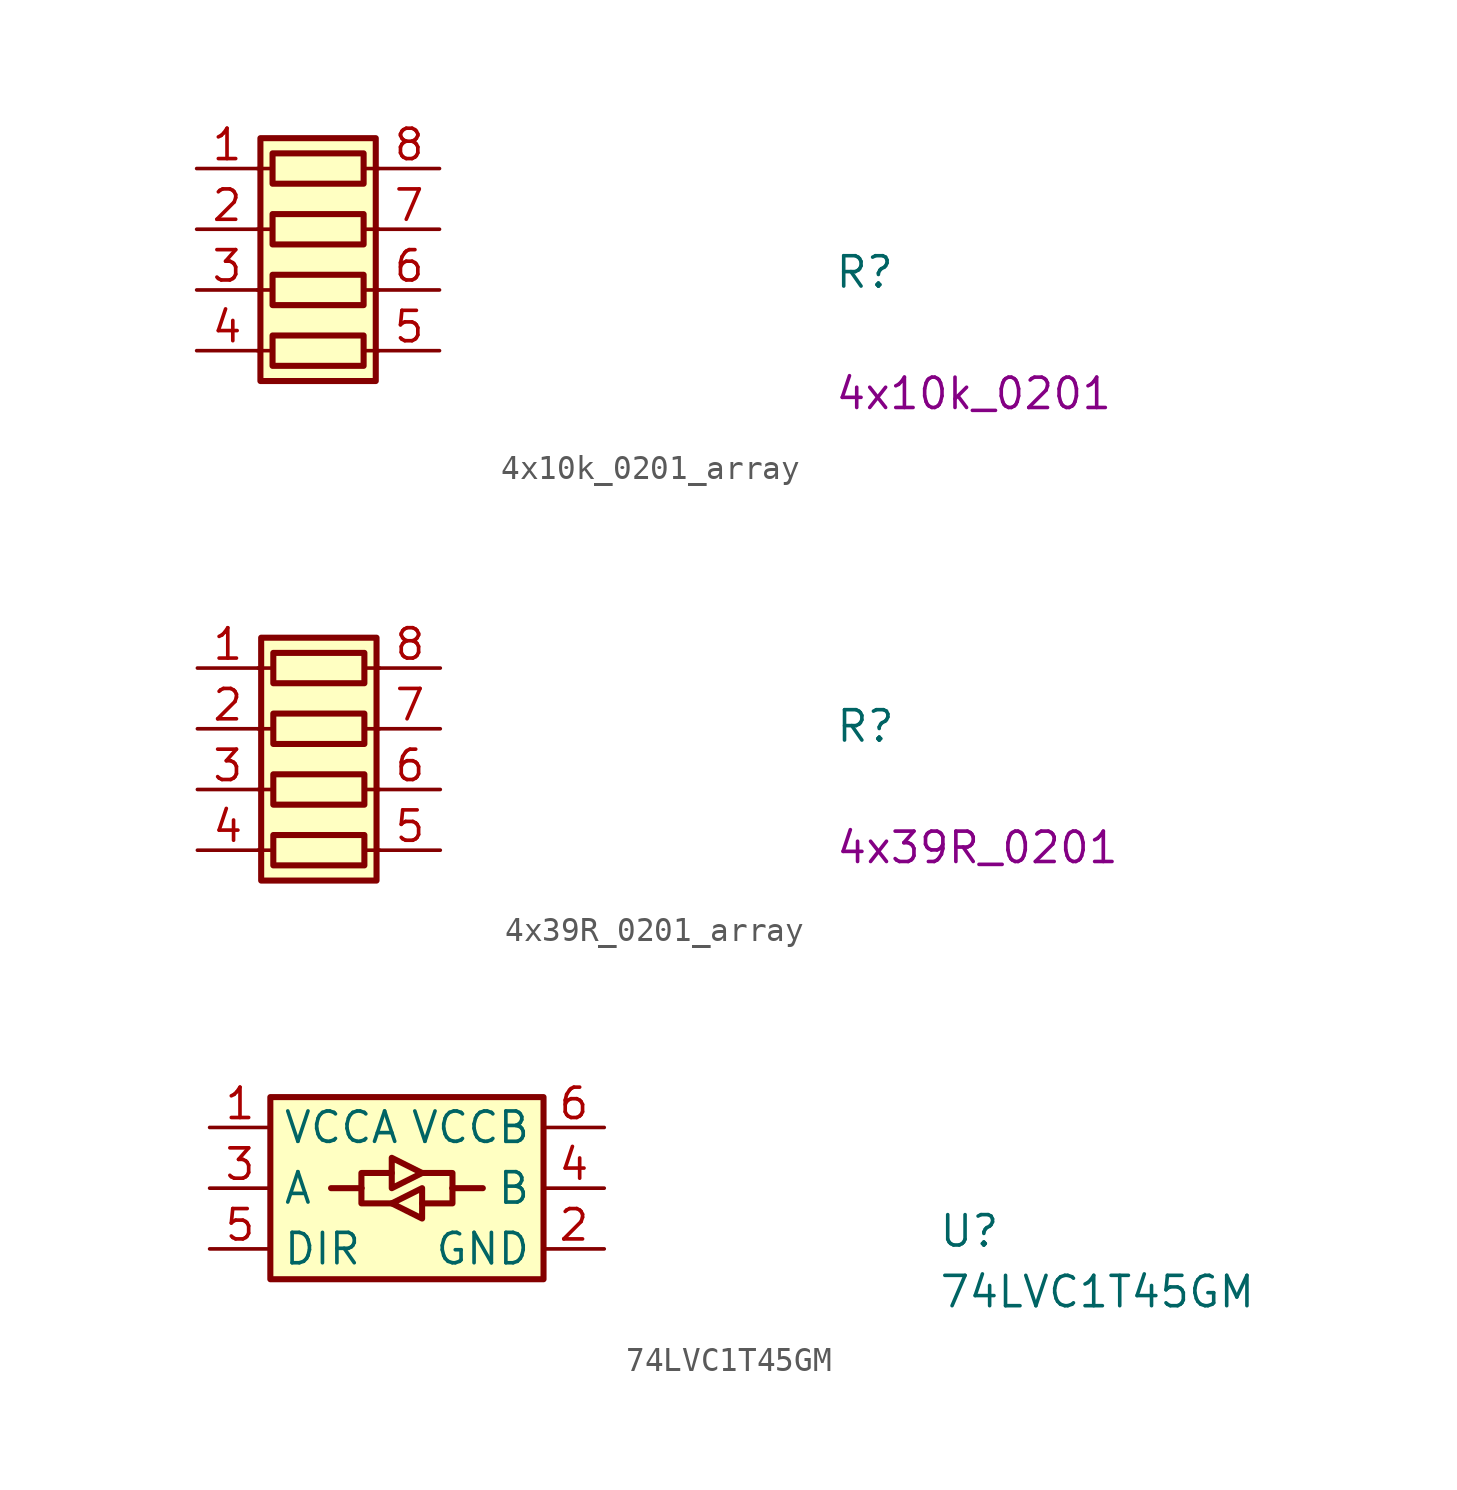
<source format=kicad_sym>
(kicad_symbol_lib
  (version 20211014)
  (generator kicad_symbol_editor)
  (symbol "4x10k_0201_array"
    (pin_names hide)
    (property "Reference" "R"
      (at 26.67 -5.08 0)
      (effects (font (size 1.27 1.27) (thickness 0.15)) (justify left bottom)))
    (property "Val" "4x10k_0201"
      (at 26.67 -10.16 0)
      (effects (font (size 1.27 1.27) (thickness 0.15)) (justify left bottom)))
    (symbol "4x10k_0201_array_0_1"
      (polyline (pts (xy 2.54 -7.62) (xy 3.175 -7.62)) (stroke (width 0) (type default) (color 0 0 0 0)) (fill (type none)))
      (polyline (pts (xy 2.54 -5.08) (xy 3.175 -5.08)) (stroke (width 0) (type default) (color 0 0 0 0)) (fill (type none)))
      (polyline (pts (xy 2.54 -2.54) (xy 3.175 -2.54)) (stroke (width 0) (type default) (color 0 0 0 0)) (fill (type none)))
      (polyline (pts (xy 2.54 0) (xy 3.175 0)) (stroke (width 0) (type default) (color 0 0 0 0)) (fill (type none)))
      (polyline (pts (xy 6.985 -7.62) (xy 7.62 -7.62)) (stroke (width 0) (type default) (color 0 0 0 0)) (fill (type none)))
      (polyline (pts (xy 6.985 -5.08) (xy 7.62 -5.08)) (stroke (width 0) (type default) (color 0 0 0 0)) (fill (type none)))
      (polyline (pts (xy 6.985 -2.54) (xy 7.62 -2.54)) (stroke (width 0) (type default) (color 0 0 0 0)) (fill (type none)))
      (polyline (pts (xy 6.985 0) (xy 7.62 0)) (stroke (width 0) (type default) (color 0 0 0 0)) (fill (type none)))
      (rectangle (start 2.667 1.27) (end 7.493 -8.89) (stroke (width 0.254) (type default) (color 0 0 0 0)) (fill (type background)))
      (rectangle (start 6.985 -6.985) (end 3.175 -8.255) (stroke (width 0.254) (type default) (color 0 0 0 0)) (fill (type none)))
      (rectangle (start 6.985 -4.445) (end 3.175 -5.715) (stroke (width 0.254) (type default) (color 0 0 0 0)) (fill (type none)))
      (rectangle (start 6.985 -1.905) (end 3.175 -3.175) (stroke (width 0.254) (type default) (color 0 0 0 0)) (fill (type none)))
      (rectangle (start 6.985 0.635) (end 3.175 -0.635) (stroke (width 0.254) (type default) (color 0 0 0 0)) (fill (type none))))
    (symbol "4x10k_0201_array_1_1"
      (pin passive line (at 0 0 0) (length 2.54) (name "R1.1" (effects (font (size 1.27 1.27)))) (number "1" (effects (font (size 1.27 1.27)))))
      (pin passive line (at 0 -2.54 0) (length 2.54) (name "R2.1" (effects (font (size 1.27 1.27)))) (number "2" (effects (font (size 1.27 1.27)))))
      (pin passive line (at 0 -5.08 0) (length 2.54) (name "R3.1" (effects (font (size 1.27 1.27)))) (number "3" (effects (font (size 1.27 1.27)))))
      (pin passive line (at 0 -7.62 0) (length 2.54) (name "R4.1" (effects (font (size 1.27 1.27)))) (number "4" (effects (font (size 1.27 1.27)))))
      (pin passive line (at 10.16 -7.62 180) (length 2.54) (name "R4.2" (effects (font (size 1.27 1.27)))) (number "5" (effects (font (size 1.27 1.27)))))
      (pin passive line (at 10.16 -5.08 180) (length 2.54) (name "R3.2" (effects (font (size 1.27 1.27)))) (number "6" (effects (font (size 1.27 1.27)))))
      (pin passive line (at 10.16 -2.54 180) (length 2.54) (name "R2.2" (effects (font (size 1.27 1.27)))) (number "7" (effects (font (size 1.27 1.27)))))
      (pin passive line (at 10.16 0 180) (length 2.54) (name "R1.2" (effects (font (size 1.27 1.27)))) (number "8" (effects (font (size 1.27 1.27)))))))
  (symbol "4x39R_0201_array"
    (pin_names hide)
    (property "Reference" "R"
      (at 26.67 -3.175 0)
      (effects (font (size 1.27 1.27) (thickness 0.15)) (justify left bottom)))
    (property "Val" "4x39R_0201"
      (at 26.67 -8.255 0)
      (effects (font (size 1.27 1.27)) (justify left bottom)))
    (symbol "4x39R_0201_array_0_1"
      (polyline (pts (xy 2.54 -7.62) (xy 3.175 -7.62)) (stroke (width 0) (type default) (color 0 0 0 0)) (fill (type none)))
      (polyline (pts (xy 2.54 -5.08) (xy 3.175 -5.08)) (stroke (width 0) (type default) (color 0 0 0 0)) (fill (type none)))
      (polyline (pts (xy 2.54 -2.54) (xy 3.175 -2.54)) (stroke (width 0) (type default) (color 0 0 0 0)) (fill (type none)))
      (polyline (pts (xy 2.54 0) (xy 3.175 0)) (stroke (width 0) (type default) (color 0 0 0 0)) (fill (type none)))
      (polyline (pts (xy 6.985 -7.62) (xy 7.62 -7.62)) (stroke (width 0) (type default) (color 0 0 0 0)) (fill (type none)))
      (polyline (pts (xy 6.985 -5.08) (xy 7.62 -5.08)) (stroke (width 0) (type default) (color 0 0 0 0)) (fill (type none)))
      (polyline (pts (xy 6.985 -2.54) (xy 7.62 -2.54)) (stroke (width 0) (type default) (color 0 0 0 0)) (fill (type none)))
      (polyline (pts (xy 6.985 0) (xy 7.62 0)) (stroke (width 0) (type default) (color 0 0 0 0)) (fill (type none)))
      (rectangle (start 2.667 1.27) (end 7.493 -8.89) (stroke (width 0.254) (type default) (color 0 0 0 0)) (fill (type background)))
      (rectangle (start 6.985 -6.985) (end 3.175 -8.255) (stroke (width 0.254) (type default) (color 0 0 0 0)) (fill (type none)))
      (rectangle (start 6.985 -4.445) (end 3.175 -5.715) (stroke (width 0.254) (type default) (color 0 0 0 0)) (fill (type none)))
      (rectangle (start 6.985 -1.905) (end 3.175 -3.175) (stroke (width 0.254) (type default) (color 0 0 0 0)) (fill (type none)))
      (rectangle (start 6.985 0.635) (end 3.175 -0.635) (stroke (width 0.254) (type default) (color 0 0 0 0)) (fill (type none))))
    (symbol "4x39R_0201_array_1_1"
      (pin passive line (at 0 0 0) (length 2.54) (name "R1.1" (effects (font (size 1.27 1.27)))) (number "1" (effects (font (size 1.27 1.27)))))
      (pin passive line (at 0 -2.54 0) (length 2.54) (name "R2.1" (effects (font (size 1.27 1.27)))) (number "2" (effects (font (size 1.27 1.27)))))
      (pin passive line (at 0 -5.08 0) (length 2.54) (name "R3.1" (effects (font (size 1.27 1.27)))) (number "3" (effects (font (size 1.27 1.27)))))
      (pin passive line (at 0 -7.62 0) (length 2.54) (name "R4.1" (effects (font (size 1.27 1.27)))) (number "4" (effects (font (size 1.27 1.27)))))
      (pin passive line (at 10.16 -7.62 180) (length 2.54) (name "R4.2" (effects (font (size 1.27 1.27)))) (number "5" (effects (font (size 1.27 1.27)))))
      (pin passive line (at 10.16 -5.08 180) (length 2.54) (name "R3.2" (effects (font (size 1.27 1.27)))) (number "6" (effects (font (size 1.27 1.27)))))
      (pin passive line (at 10.16 -2.54 180) (length 2.54) (name "R2.2" (effects (font (size 1.27 1.27)))) (number "7" (effects (font (size 1.27 1.27)))))
      (pin passive line (at 10.16 0 180) (length 2.54) (name "R1.2" (effects (font (size 1.27 1.27)))) (number "8" (effects (font (size 1.27 1.27)))))))
  (symbol "74LVC1T45GM"
    (property "Reference" "U"
      (at 30.48 -5.08 0)
      (effects (font (size 1.27 1.27) (thickness 0.15)) (justify left bottom)))
    (property "Value" "74LVC1T45GM"
      (at 30.48 -7.62 0)
      (effects (font (size 1.27 1.27) (thickness 0.15)) (justify left bottom)))
    (symbol "74LVC1T45GM_1_1"
      (polyline (pts (xy 5.08 -2.54) (xy 6.35 -2.54)) (stroke (width 0.254) (type default) (color 0 0 0 0)) (fill (type background)))
      (polyline (pts (xy 11.43 -2.54) (xy 10.16 -2.54)) (stroke (width 0.254) (type default) (color 0 0 0 0)) (fill (type background)))
      (polyline (pts (xy 6.35 -2.54) (xy 6.35 -3.175) (xy 7.747 -3.175)) (stroke (width 0.254) (type default) (color 0 0 0 0)) (fill (type background)))
      (polyline (pts (xy 6.35 -2.54) (xy 6.35 -1.905) (xy 7.62 -1.905)) (stroke (width 0.254) (type default) (color 0 0 0 0)) (fill (type background)))
      (polyline (pts (xy 10.16 -2.54) (xy 10.16 -3.175) (xy 8.89 -3.175)) (stroke (width 0.254) (type default) (color 0 0 0 0)) (fill (type background)))
      (polyline (pts (xy 10.16 -2.54) (xy 10.16 -1.905) (xy 8.89 -1.905)) (stroke (width 0.254) (type default) (color 0 0 0 0)) (fill (type background)))
      (polyline (pts (xy 7.62 -1.27) (xy 7.62 -2.54) (xy 8.89 -1.905) (xy 7.62 -1.27)) (stroke (width 0.254) (type default) (color 0 0 0 0)) (fill (type background)))
      (polyline (pts (xy 8.89 -2.54) (xy 8.89 -3.81) (xy 7.62 -3.175) (xy 8.89 -2.54)) (stroke (width 0.254) (type default) (color 0 0 0 0)) (fill (type background)))
      (rectangle (start 2.54 1.27) (end 13.97 -6.35) (stroke (width 0.254) (type default) (color 0 0 0 0)) (fill (type background)))
      (pin power_in line (at 0 0 0) (length 2.54) (name "VCCA" (effects (font (size 1.27 1.27)))) (number "1" (effects (font (size 1.27 1.27)))))
      (pin power_in line (at 16.51 -5.08 180) (length 2.54) (name "GND" (effects (font (size 1.27 1.27)))) (number "2" (effects (font (size 1.27 1.27)))))
      (pin bidirectional line (at 0 -2.54 0) (length 2.54) (name "A" (effects (font (size 1.27 1.27)))) (number "3" (effects (font (size 1.27 1.27)))))
      (pin bidirectional line (at 16.51 -2.54 180) (length 2.54) (name "B" (effects (font (size 1.27 1.27)))) (number "4" (effects (font (size 1.27 1.27)))))
      (pin input line (at 0 -5.08 0) (length 2.54) (name "DIR" (effects (font (size 1.27 1.27)))) (number "5" (effects (font (size 1.27 1.27)))))
      (pin power_in line (at 16.51 0 180) (length 2.54) (name "VCCB" (effects (font (size 1.27 1.27)))) (number "6" (effects (font (size 1.27 1.27))))))))
</source>
